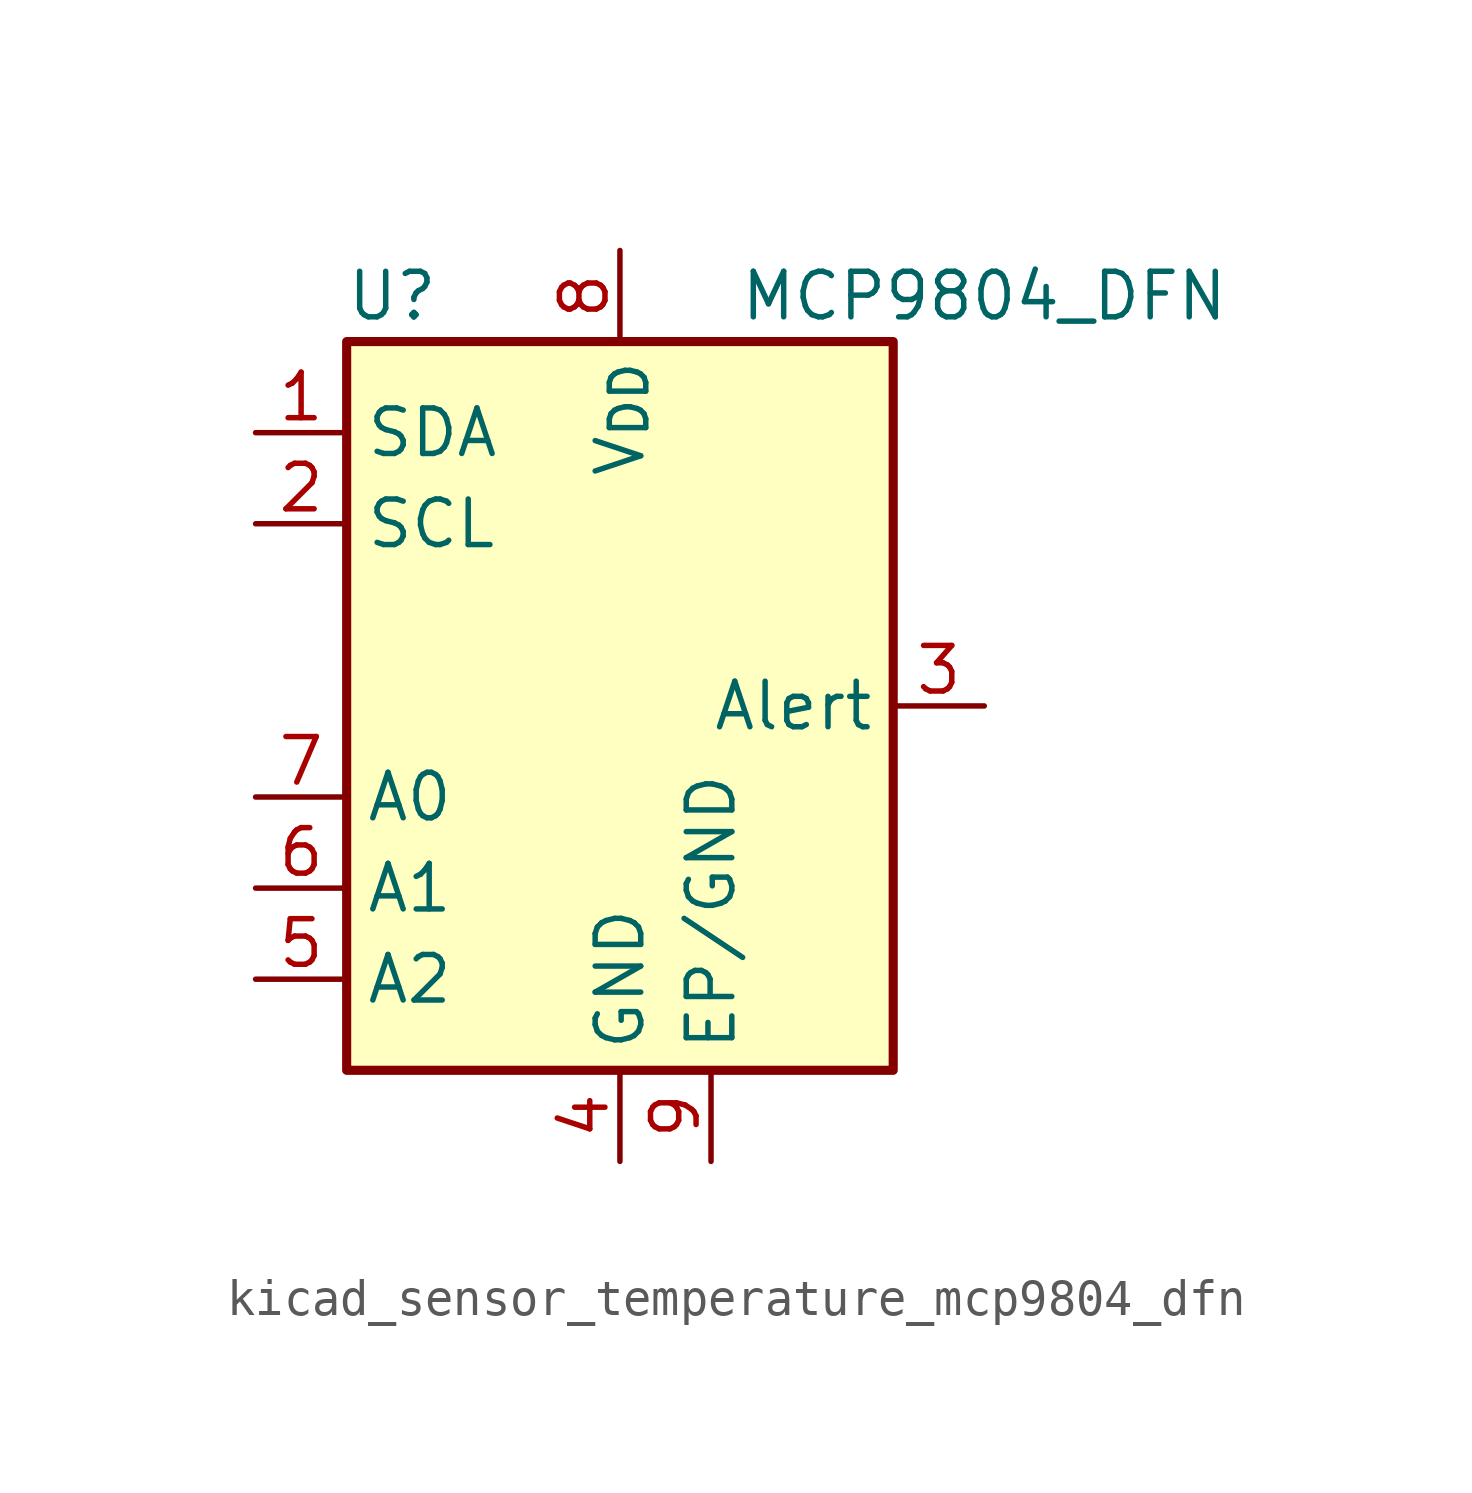
<source format=kicad_sym>
(kicad_symbol_lib
  (version 20220914)
  (generator kicad_symbol_editor)
  (symbol "kicad_sensor_temperature_mcp9804_dfn"
    (property "Reference" "U"
      (at -6.35 11.43 0)
      (effects (font (size 1.27 1.27))))
    (property "Value" "MCP9804_DFN"
      (at 10.16 11.43 0)
      (effects (font (size 1.27 1.27))))
    (symbol "kicad_sensor_temperature_mcp9804_dfn_0_1"
      (rectangle (start -7.62 10.16) (end 7.62 -10.16) (stroke (width 0.254) (type default)) (fill (type background))))
    (symbol "kicad_sensor_temperature_mcp9804_dfn_1_1"
      (pin bidirectional line (at -10.16 7.62 0) (length 2.54) (name "SDA" (effects (font (size 1.27 1.27)))) (number "1" (effects (font (size 1.27 1.27)))))
      (pin input line (at -10.16 5.08 0) (length 2.54) (name "SCL" (effects (font (size 1.27 1.27)))) (number "2" (effects (font (size 1.27 1.27)))))
      (pin output line (at 10.16 0 180) (length 2.54) (name "Alert" (effects (font (size 1.27 1.27)))) (number "3" (effects (font (size 1.27 1.27)))))
      (pin power_in line (at 0 -12.7 90) (length 2.54) (name "GND" (effects (font (size 1.27 1.27)))) (number "4" (effects (font (size 1.27 1.27)))))
      (pin input line (at -10.16 -7.62 0) (length 2.54) (name "A2" (effects (font (size 1.27 1.27)))) (number "5" (effects (font (size 1.27 1.27)))))
      (pin input line (at -10.16 -5.08 0) (length 2.54) (name "A1" (effects (font (size 1.27 1.27)))) (number "6" (effects (font (size 1.27 1.27)))))
      (pin input line (at -10.16 -2.54 0) (length 2.54) (name "A0" (effects (font (size 1.27 1.27)))) (number "7" (effects (font (size 1.27 1.27)))))
      (pin power_in line (at 0 12.7 270) (length 2.54) (name "V_{DD}" (effects (font (size 1.27 1.27)))) (number "8" (effects (font (size 1.27 1.27)))))
      (pin power_in line (at 2.54 -12.7 90) (length 2.54) (name "EP/GND" (effects (font (size 1.27 1.27)))) (number "9" (effects (font (size 1.27 1.27))))))))
</source>
